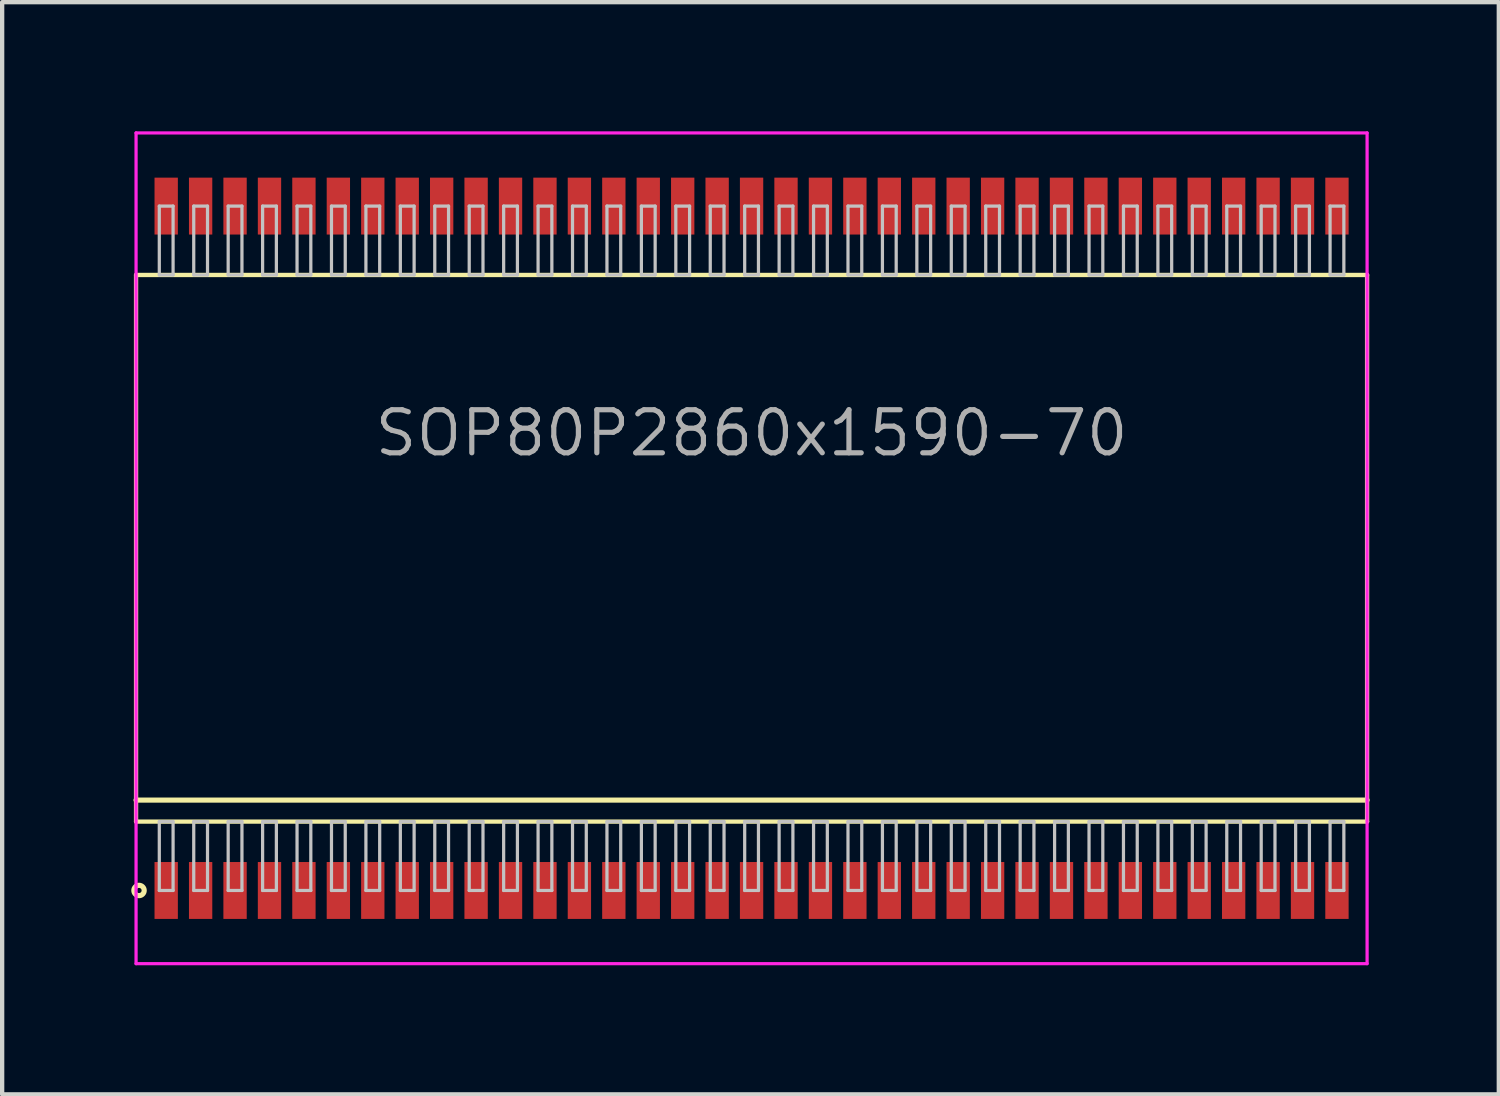
<source format=kicad_pcb>
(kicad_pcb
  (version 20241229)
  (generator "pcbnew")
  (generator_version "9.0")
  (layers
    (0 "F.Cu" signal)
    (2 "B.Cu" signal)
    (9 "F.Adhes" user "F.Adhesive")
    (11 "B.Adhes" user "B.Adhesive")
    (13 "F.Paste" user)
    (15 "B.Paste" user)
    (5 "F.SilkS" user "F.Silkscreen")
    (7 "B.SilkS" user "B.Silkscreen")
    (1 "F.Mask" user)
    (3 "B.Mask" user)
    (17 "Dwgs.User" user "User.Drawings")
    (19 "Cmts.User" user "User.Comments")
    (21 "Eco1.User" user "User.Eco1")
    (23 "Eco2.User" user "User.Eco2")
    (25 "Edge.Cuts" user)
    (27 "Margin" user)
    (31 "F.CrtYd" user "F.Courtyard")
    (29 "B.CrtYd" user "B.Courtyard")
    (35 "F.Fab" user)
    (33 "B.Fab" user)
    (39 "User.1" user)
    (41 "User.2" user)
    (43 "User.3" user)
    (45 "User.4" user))
  (footprint "SOP80P2860x1590-70"
    (layer "F.Cu")
    (at 14.411 9.688)
    (property "Reference" "SOP80P2860x1590-70" (at 0 -2.675 0) (layer "F.Fab") (effects (font (size 1 1) (thickness 0.12))))
    (attr through_hole)
    (fp_line (start -14.3 -6.35) (end -14.3 6.35) (stroke (width 0.1) (type solid)) (layer "F.SilkS"))
    (fp_line (start -14.3 5.85) (end 14.3 5.85) (stroke (width 0.12) (type solid)) (layer "F.SilkS"))
    (fp_line (start -14.3 6.35) (end 14.3 6.35) (stroke (width 0.1) (type solid)) (layer "F.SilkS"))
    (fp_line (start 14.3 -6.35) (end -14.3 -6.35) (stroke (width 0.1) (type solid)) (layer "F.SilkS"))
    (fp_line (start 14.3 6.35) (end 14.3 -6.35) (stroke (width 0.1) (type solid)) (layer "F.SilkS"))
    (fp_circle (center -14.231 7.95) (end -14.111 7.95) (stroke (width 0.12) (type solid)) (fill no) (layer "F.SilkS"))
    (fp_line (start -13.76 -7.95) (end -13.76 -6.35) (stroke (width 0.075) (type solid)) (layer "Dwgs.User"))
    (fp_line (start -13.76 -6.35) (end -13.44 -6.35) (stroke (width 0.075) (type solid)) (layer "Dwgs.User"))
    (fp_line (start -13.76 6.35) (end -13.44 6.35) (stroke (width 0.075) (type solid)) (layer "Dwgs.User"))
    (fp_line (start -13.76 7.95) (end -13.76 6.35) (stroke (width 0.075) (type solid)) (layer "Dwgs.User"))
    (fp_line (start -13.44 -7.95) (end -13.76 -7.95) (stroke (width 0.075) (type solid)) (layer "Dwgs.User"))
    (fp_line (start -13.44 -6.35) (end -13.44 -7.95) (stroke (width 0.075) (type solid)) (layer "Dwgs.User"))
    (fp_line (start -13.44 6.35) (end -13.44 7.95) (stroke (width 0.075) (type solid)) (layer "Dwgs.User"))
    (fp_line (start -13.44 7.95) (end -13.76 7.95) (stroke (width 0.075) (type solid)) (layer "Dwgs.User"))
    (fp_line (start -12.96 -7.95) (end -12.96 -6.35) (stroke (width 0.075) (type solid)) (layer "Dwgs.User"))
    (fp_line (start -12.96 -6.35) (end -12.64 -6.35) (stroke (width 0.075) (type solid)) (layer "Dwgs.User"))
    (fp_line (start -12.96 6.35) (end -12.64 6.35) (stroke (width 0.075) (type solid)) (layer "Dwgs.User"))
    (fp_line (start -12.96 7.95) (end -12.96 6.35) (stroke (width 0.075) (type solid)) (layer "Dwgs.User"))
    (fp_line (start -12.64 -7.95) (end -12.96 -7.95) (stroke (width 0.075) (type solid)) (layer "Dwgs.User"))
    (fp_line (start -12.64 -6.35) (end -12.64 -7.95) (stroke (width 0.075) (type solid)) (layer "Dwgs.User"))
    (fp_line (start -12.64 6.35) (end -12.64 7.95) (stroke (width 0.075) (type solid)) (layer "Dwgs.User"))
    (fp_line (start -12.64 7.95) (end -12.96 7.95) (stroke (width 0.075) (type solid)) (layer "Dwgs.User"))
    (fp_line (start -12.16 -7.95) (end -12.16 -6.35) (stroke (width 0.075) (type solid)) (layer "Dwgs.User"))
    (fp_line (start -12.16 -6.35) (end -11.84 -6.35) (stroke (width 0.075) (type solid)) (layer "Dwgs.User"))
    (fp_line (start -12.16 6.35) (end -11.84 6.35) (stroke (width 0.075) (type solid)) (layer "Dwgs.User"))
    (fp_line (start -12.16 7.95) (end -12.16 6.35) (stroke (width 0.075) (type solid)) (layer "Dwgs.User"))
    (fp_line (start -11.84 -7.95) (end -12.16 -7.95) (stroke (width 0.075) (type solid)) (layer "Dwgs.User"))
    (fp_line (start -11.84 -6.35) (end -11.84 -7.95) (stroke (width 0.075) (type solid)) (layer "Dwgs.User"))
    (fp_line (start -11.84 6.35) (end -11.84 7.95) (stroke (width 0.075) (type solid)) (layer "Dwgs.User"))
    (fp_line (start -11.84 7.95) (end -12.16 7.95) (stroke (width 0.075) (type solid)) (layer "Dwgs.User"))
    (fp_line (start -11.36 -7.95) (end -11.36 -6.35) (stroke (width 0.075) (type solid)) (layer "Dwgs.User"))
    (fp_line (start -11.36 -6.35) (end -11.04 -6.35) (stroke (width 0.075) (type solid)) (layer "Dwgs.User"))
    (fp_line (start -11.36 6.35) (end -11.04 6.35) (stroke (width 0.075) (type solid)) (layer "Dwgs.User"))
    (fp_line (start -11.36 7.95) (end -11.36 6.35) (stroke (width 0.075) (type solid)) (layer "Dwgs.User"))
    (fp_line (start -11.04 -7.95) (end -11.36 -7.95) (stroke (width 0.075) (type solid)) (layer "Dwgs.User"))
    (fp_line (start -11.04 -6.35) (end -11.04 -7.95) (stroke (width 0.075) (type solid)) (layer "Dwgs.User"))
    (fp_line (start -11.04 6.35) (end -11.04 7.95) (stroke (width 0.075) (type solid)) (layer "Dwgs.User"))
    (fp_line (start -11.04 7.95) (end -11.36 7.95) (stroke (width 0.075) (type solid)) (layer "Dwgs.User"))
    (fp_line (start -10.56 -7.95) (end -10.56 -6.35) (stroke (width 0.075) (type solid)) (layer "Dwgs.User"))
    (fp_line (start -10.56 -6.35) (end -10.24 -6.35) (stroke (width 0.075) (type solid)) (layer "Dwgs.User"))
    (fp_line (start -10.56 6.35) (end -10.24 6.35) (stroke (width 0.075) (type solid)) (layer "Dwgs.User"))
    (fp_line (start -10.56 7.95) (end -10.56 6.35) (stroke (width 0.075) (type solid)) (layer "Dwgs.User"))
    (fp_line (start -10.24 -7.95) (end -10.56 -7.95) (stroke (width 0.075) (type solid)) (layer "Dwgs.User"))
    (fp_line (start -10.24 -6.35) (end -10.24 -7.95) (stroke (width 0.075) (type solid)) (layer "Dwgs.User"))
    (fp_line (start -10.24 6.35) (end -10.24 7.95) (stroke (width 0.075) (type solid)) (layer "Dwgs.User"))
    (fp_line (start -10.24 7.95) (end -10.56 7.95) (stroke (width 0.075) (type solid)) (layer "Dwgs.User"))
    (fp_line (start -9.76 -7.95) (end -9.76 -6.35) (stroke (width 0.075) (type solid)) (layer "Dwgs.User"))
    (fp_line (start -9.76 -6.35) (end -9.44 -6.35) (stroke (width 0.075) (type solid)) (layer "Dwgs.User"))
    (fp_line (start -9.76 6.35) (end -9.44 6.35) (stroke (width 0.075) (type solid)) (layer "Dwgs.User"))
    (fp_line (start -9.76 7.95) (end -9.76 6.35) (stroke (width 0.075) (type solid)) (layer "Dwgs.User"))
    (fp_line (start -9.44 -7.95) (end -9.76 -7.95) (stroke (width 0.075) (type solid)) (layer "Dwgs.User"))
    (fp_line (start -9.44 -6.35) (end -9.44 -7.95) (stroke (width 0.075) (type solid)) (layer "Dwgs.User"))
    (fp_line (start -9.44 6.35) (end -9.44 7.95) (stroke (width 0.075) (type solid)) (layer "Dwgs.User"))
    (fp_line (start -9.44 7.95) (end -9.76 7.95) (stroke (width 0.075) (type solid)) (layer "Dwgs.User"))
    (fp_line (start -8.96 -7.95) (end -8.96 -6.35) (stroke (width 0.075) (type solid)) (layer "Dwgs.User"))
    (fp_line (start -8.96 -6.35) (end -8.64 -6.35) (stroke (width 0.075) (type solid)) (layer "Dwgs.User"))
    (fp_line (start -8.96 6.35) (end -8.64 6.35) (stroke (width 0.075) (type solid)) (layer "Dwgs.User"))
    (fp_line (start -8.96 7.95) (end -8.96 6.35) (stroke (width 0.075) (type solid)) (layer "Dwgs.User"))
    (fp_line (start -8.64 -7.95) (end -8.96 -7.95) (stroke (width 0.075) (type solid)) (layer "Dwgs.User"))
    (fp_line (start -8.64 -6.35) (end -8.64 -7.95) (stroke (width 0.075) (type solid)) (layer "Dwgs.User"))
    (fp_line (start -8.64 6.35) (end -8.64 7.95) (stroke (width 0.075) (type solid)) (layer "Dwgs.User"))
    (fp_line (start -8.64 7.95) (end -8.96 7.95) (stroke (width 0.075) (type solid)) (layer "Dwgs.User"))
    (fp_line (start -8.16 -7.95) (end -8.16 -6.35) (stroke (width 0.075) (type solid)) (layer "Dwgs.User"))
    (fp_line (start -8.16 -6.35) (end -7.84 -6.35) (stroke (width 0.075) (type solid)) (layer "Dwgs.User"))
    (fp_line (start -8.16 6.35) (end -7.84 6.35) (stroke (width 0.075) (type solid)) (layer "Dwgs.User"))
    (fp_line (start -8.16 7.95) (end -8.16 6.35) (stroke (width 0.075) (type solid)) (layer "Dwgs.User"))
    (fp_line (start -7.84 -7.95) (end -8.16 -7.95) (stroke (width 0.075) (type solid)) (layer "Dwgs.User"))
    (fp_line (start -7.84 -6.35) (end -7.84 -7.95) (stroke (width 0.075) (type solid)) (layer "Dwgs.User"))
    (fp_line (start -7.84 6.35) (end -7.84 7.95) (stroke (width 0.075) (type solid)) (layer "Dwgs.User"))
    (fp_line (start -7.84 7.95) (end -8.16 7.95) (stroke (width 0.075) (type solid)) (layer "Dwgs.User"))
    (fp_line (start -7.36 -7.95) (end -7.36 -6.35) (stroke (width 0.075) (type solid)) (layer "Dwgs.User"))
    (fp_line (start -7.36 -6.35) (end -7.04 -6.35) (stroke (width 0.075) (type solid)) (layer "Dwgs.User"))
    (fp_line (start -7.36 6.35) (end -7.04 6.35) (stroke (width 0.075) (type solid)) (layer "Dwgs.User"))
    (fp_line (start -7.36 7.95) (end -7.36 6.35) (stroke (width 0.075) (type solid)) (layer "Dwgs.User"))
    (fp_line (start -7.04 -7.95) (end -7.36 -7.95) (stroke (width 0.075) (type solid)) (layer "Dwgs.User"))
    (fp_line (start -7.04 -6.35) (end -7.04 -7.95) (stroke (width 0.075) (type solid)) (layer "Dwgs.User"))
    (fp_line (start -7.04 6.35) (end -7.04 7.95) (stroke (width 0.075) (type solid)) (layer "Dwgs.User"))
    (fp_line (start -7.04 7.95) (end -7.36 7.95) (stroke (width 0.075) (type solid)) (layer "Dwgs.User"))
    (fp_line (start -6.56 -7.95) (end -6.56 -6.35) (stroke (width 0.075) (type solid)) (layer "Dwgs.User"))
    (fp_line (start -6.56 -6.35) (end -6.24 -6.35) (stroke (width 0.075) (type solid)) (layer "Dwgs.User"))
    (fp_line (start -6.56 6.35) (end -6.24 6.35) (stroke (width 0.075) (type solid)) (layer "Dwgs.User"))
    (fp_line (start -6.56 7.95) (end -6.56 6.35) (stroke (width 0.075) (type solid)) (layer "Dwgs.User"))
    (fp_line (start -6.24 -7.95) (end -6.56 -7.95) (stroke (width 0.075) (type solid)) (layer "Dwgs.User"))
    (fp_line (start -6.24 -6.35) (end -6.24 -7.95) (stroke (width 0.075) (type solid)) (layer "Dwgs.User"))
    (fp_line (start -6.24 6.35) (end -6.24 7.95) (stroke (width 0.075) (type solid)) (layer "Dwgs.User"))
    (fp_line (start -6.24 7.95) (end -6.56 7.95) (stroke (width 0.075) (type solid)) (layer "Dwgs.User"))
    (fp_line (start -5.76 -7.95) (end -5.76 -6.35) (stroke (width 0.075) (type solid)) (layer "Dwgs.User"))
    (fp_line (start -5.76 -6.35) (end -5.44 -6.35) (stroke (width 0.075) (type solid)) (layer "Dwgs.User"))
    (fp_line (start -5.76 6.35) (end -5.44 6.35) (stroke (width 0.075) (type solid)) (layer "Dwgs.User"))
    (fp_line (start -5.76 7.95) (end -5.76 6.35) (stroke (width 0.075) (type solid)) (layer "Dwgs.User"))
    (fp_line (start -5.44 -7.95) (end -5.76 -7.95) (stroke (width 0.075) (type solid)) (layer "Dwgs.User"))
    (fp_line (start -5.44 -6.35) (end -5.44 -7.95) (stroke (width 0.075) (type solid)) (layer "Dwgs.User"))
    (fp_line (start -5.44 6.35) (end -5.44 7.95) (stroke (width 0.075) (type solid)) (layer "Dwgs.User"))
    (fp_line (start -5.44 7.95) (end -5.76 7.95) (stroke (width 0.075) (type solid)) (layer "Dwgs.User"))
    (fp_line (start -4.96 -7.95) (end -4.96 -6.35) (stroke (width 0.075) (type solid)) (layer "Dwgs.User"))
    (fp_line (start -4.96 -6.35) (end -4.64 -6.35) (stroke (width 0.075) (type solid)) (layer "Dwgs.User"))
    (fp_line (start -4.96 6.35) (end -4.64 6.35) (stroke (width 0.075) (type solid)) (layer "Dwgs.User"))
    (fp_line (start -4.96 7.95) (end -4.96 6.35) (stroke (width 0.075) (type solid)) (layer "Dwgs.User"))
    (fp_line (start -4.64 -7.95) (end -4.96 -7.95) (stroke (width 0.075) (type solid)) (layer "Dwgs.User"))
    (fp_line (start -4.64 -6.35) (end -4.64 -7.95) (stroke (width 0.075) (type solid)) (layer "Dwgs.User"))
    (fp_line (start -4.64 6.35) (end -4.64 7.95) (stroke (width 0.075) (type solid)) (layer "Dwgs.User"))
    (fp_line (start -4.64 7.95) (end -4.96 7.95) (stroke (width 0.075) (type solid)) (layer "Dwgs.User"))
    (fp_line (start -4.16 -7.95) (end -4.16 -6.35) (stroke (width 0.075) (type solid)) (layer "Dwgs.User"))
    (fp_line (start -4.16 -6.35) (end -3.84 -6.35) (stroke (width 0.075) (type solid)) (layer "Dwgs.User"))
    (fp_line (start -4.16 6.35) (end -3.84 6.35) (stroke (width 0.075) (type solid)) (layer "Dwgs.User"))
    (fp_line (start -4.16 7.95) (end -4.16 6.35) (stroke (width 0.075) (type solid)) (layer "Dwgs.User"))
    (fp_line (start -3.84 -7.95) (end -4.16 -7.95) (stroke (width 0.075) (type solid)) (layer "Dwgs.User"))
    (fp_line (start -3.84 -6.35) (end -3.84 -7.95) (stroke (width 0.075) (type solid)) (layer "Dwgs.User"))
    (fp_line (start -3.84 6.35) (end -3.84 7.95) (stroke (width 0.075) (type solid)) (layer "Dwgs.User"))
    (fp_line (start -3.84 7.95) (end -4.16 7.95) (stroke (width 0.075) (type solid)) (layer "Dwgs.User"))
    (fp_line (start -3.36 -7.95) (end -3.36 -6.35) (stroke (width 0.075) (type solid)) (layer "Dwgs.User"))
    (fp_line (start -3.36 -6.35) (end -3.04 -6.35) (stroke (width 0.075) (type solid)) (layer "Dwgs.User"))
    (fp_line (start -3.36 6.35) (end -3.04 6.35) (stroke (width 0.075) (type solid)) (layer "Dwgs.User"))
    (fp_line (start -3.36 7.95) (end -3.36 6.35) (stroke (width 0.075) (type solid)) (layer "Dwgs.User"))
    (fp_line (start -3.04 -7.95) (end -3.36 -7.95) (stroke (width 0.075) (type solid)) (layer "Dwgs.User"))
    (fp_line (start -3.04 -6.35) (end -3.04 -7.95) (stroke (width 0.075) (type solid)) (layer "Dwgs.User"))
    (fp_line (start -3.04 6.35) (end -3.04 7.95) (stroke (width 0.075) (type solid)) (layer "Dwgs.User"))
    (fp_line (start -3.04 7.95) (end -3.36 7.95) (stroke (width 0.075) (type solid)) (layer "Dwgs.User"))
    (fp_line (start -2.56 -7.95) (end -2.56 -6.35) (stroke (width 0.075) (type solid)) (layer "Dwgs.User"))
    (fp_line (start -2.56 -6.35) (end -2.24 -6.35) (stroke (width 0.075) (type solid)) (layer "Dwgs.User"))
    (fp_line (start -2.56 6.35) (end -2.24 6.35) (stroke (width 0.075) (type solid)) (layer "Dwgs.User"))
    (fp_line (start -2.56 7.95) (end -2.56 6.35) (stroke (width 0.075) (type solid)) (layer "Dwgs.User"))
    (fp_line (start -2.24 -7.95) (end -2.56 -7.95) (stroke (width 0.075) (type solid)) (layer "Dwgs.User"))
    (fp_line (start -2.24 -6.35) (end -2.24 -7.95) (stroke (width 0.075) (type solid)) (layer "Dwgs.User"))
    (fp_line (start -2.24 6.35) (end -2.24 7.95) (stroke (width 0.075) (type solid)) (layer "Dwgs.User"))
    (fp_line (start -2.24 7.95) (end -2.56 7.95) (stroke (width 0.075) (type solid)) (layer "Dwgs.User"))
    (fp_line (start -1.76 -7.95) (end -1.76 -6.35) (stroke (width 0.075) (type solid)) (layer "Dwgs.User"))
    (fp_line (start -1.76 -6.35) (end -1.44 -6.35) (stroke (width 0.075) (type solid)) (layer "Dwgs.User"))
    (fp_line (start -1.76 6.35) (end -1.44 6.35) (stroke (width 0.075) (type solid)) (layer "Dwgs.User"))
    (fp_line (start -1.76 7.95) (end -1.76 6.35) (stroke (width 0.075) (type solid)) (layer "Dwgs.User"))
    (fp_line (start -1.44 -7.95) (end -1.76 -7.95) (stroke (width 0.075) (type solid)) (layer "Dwgs.User"))
    (fp_line (start -1.44 -6.35) (end -1.44 -7.95) (stroke (width 0.075) (type solid)) (layer "Dwgs.User"))
    (fp_line (start -1.44 6.35) (end -1.44 7.95) (stroke (width 0.075) (type solid)) (layer "Dwgs.User"))
    (fp_line (start -1.44 7.95) (end -1.76 7.95) (stroke (width 0.075) (type solid)) (layer "Dwgs.User"))
    (fp_line (start -0.96 -7.95) (end -0.96 -6.35) (stroke (width 0.075) (type solid)) (layer "Dwgs.User"))
    (fp_line (start -0.96 -6.35) (end -0.64 -6.35) (stroke (width 0.075) (type solid)) (layer "Dwgs.User"))
    (fp_line (start -0.96 6.35) (end -0.64 6.35) (stroke (width 0.075) (type solid)) (layer "Dwgs.User"))
    (fp_line (start -0.96 7.95) (end -0.96 6.35) (stroke (width 0.075) (type solid)) (layer "Dwgs.User"))
    (fp_line (start -0.64 -7.95) (end -0.96 -7.95) (stroke (width 0.075) (type solid)) (layer "Dwgs.User"))
    (fp_line (start -0.64 -6.35) (end -0.64 -7.95) (stroke (width 0.075) (type solid)) (layer "Dwgs.User"))
    (fp_line (start -0.64 6.35) (end -0.64 7.95) (stroke (width 0.075) (type solid)) (layer "Dwgs.User"))
    (fp_line (start -0.64 7.95) (end -0.96 7.95) (stroke (width 0.075) (type solid)) (layer "Dwgs.User"))
    (fp_line (start -0.16 -7.95) (end -0.16 -6.35) (stroke (width 0.075) (type solid)) (layer "Dwgs.User"))
    (fp_line (start -0.16 -6.35) (end 0.16 -6.35) (stroke (width 0.075) (type solid)) (layer "Dwgs.User"))
    (fp_line (start -0.16 6.35) (end 0.16 6.35) (stroke (width 0.075) (type solid)) (layer "Dwgs.User"))
    (fp_line (start -0.16 7.95) (end -0.16 6.35) (stroke (width 0.075) (type solid)) (layer "Dwgs.User"))
    (fp_line (start 0.16 -7.95) (end -0.16 -7.95) (stroke (width 0.075) (type solid)) (layer "Dwgs.User"))
    (fp_line (start 0.16 -6.35) (end 0.16 -7.95) (stroke (width 0.075) (type solid)) (layer "Dwgs.User"))
    (fp_line (start 0.16 6.35) (end 0.16 7.95) (stroke (width 0.075) (type solid)) (layer "Dwgs.User"))
    (fp_line (start 0.16 7.95) (end -0.16 7.95) (stroke (width 0.075) (type solid)) (layer "Dwgs.User"))
    (fp_line (start 0.64 -7.95) (end 0.64 -6.35) (stroke (width 0.075) (type solid)) (layer "Dwgs.User"))
    (fp_line (start 0.64 -6.35) (end 0.96 -6.35) (stroke (width 0.075) (type solid)) (layer "Dwgs.User"))
    (fp_line (start 0.64 6.35) (end 0.96 6.35) (stroke (width 0.075) (type solid)) (layer "Dwgs.User"))
    (fp_line (start 0.64 7.95) (end 0.64 6.35) (stroke (width 0.075) (type solid)) (layer "Dwgs.User"))
    (fp_line (start 0.96 -7.95) (end 0.64 -7.95) (stroke (width 0.075) (type solid)) (layer "Dwgs.User"))
    (fp_line (start 0.96 -6.35) (end 0.96 -7.95) (stroke (width 0.075) (type solid)) (layer "Dwgs.User"))
    (fp_line (start 0.96 6.35) (end 0.96 7.95) (stroke (width 0.075) (type solid)) (layer "Dwgs.User"))
    (fp_line (start 0.96 7.95) (end 0.64 7.95) (stroke (width 0.075) (type solid)) (layer "Dwgs.User"))
    (fp_line (start 1.44 -7.95) (end 1.44 -6.35) (stroke (width 0.075) (type solid)) (layer "Dwgs.User"))
    (fp_line (start 1.44 -6.35) (end 1.76 -6.35) (stroke (width 0.075) (type solid)) (layer "Dwgs.User"))
    (fp_line (start 1.44 6.35) (end 1.76 6.35) (stroke (width 0.075) (type solid)) (layer "Dwgs.User"))
    (fp_line (start 1.44 7.95) (end 1.44 6.35) (stroke (width 0.075) (type solid)) (layer "Dwgs.User"))
    (fp_line (start 1.76 -7.95) (end 1.44 -7.95) (stroke (width 0.075) (type solid)) (layer "Dwgs.User"))
    (fp_line (start 1.76 -6.35) (end 1.76 -7.95) (stroke (width 0.075) (type solid)) (layer "Dwgs.User"))
    (fp_line (start 1.76 6.35) (end 1.76 7.95) (stroke (width 0.075) (type solid)) (layer "Dwgs.User"))
    (fp_line (start 1.76 7.95) (end 1.44 7.95) (stroke (width 0.075) (type solid)) (layer "Dwgs.User"))
    (fp_line (start 2.24 -7.95) (end 2.24 -6.35) (stroke (width 0.075) (type solid)) (layer "Dwgs.User"))
    (fp_line (start 2.24 -6.35) (end 2.56 -6.35) (stroke (width 0.075) (type solid)) (layer "Dwgs.User"))
    (fp_line (start 2.24 6.35) (end 2.56 6.35) (stroke (width 0.075) (type solid)) (layer "Dwgs.User"))
    (fp_line (start 2.24 7.95) (end 2.24 6.35) (stroke (width 0.075) (type solid)) (layer "Dwgs.User"))
    (fp_line (start 2.56 -7.95) (end 2.24 -7.95) (stroke (width 0.075) (type solid)) (layer "Dwgs.User"))
    (fp_line (start 2.56 -6.35) (end 2.56 -7.95) (stroke (width 0.075) (type solid)) (layer "Dwgs.User"))
    (fp_line (start 2.56 6.35) (end 2.56 7.95) (stroke (width 0.075) (type solid)) (layer "Dwgs.User"))
    (fp_line (start 2.56 7.95) (end 2.24 7.95) (stroke (width 0.075) (type solid)) (layer "Dwgs.User"))
    (fp_line (start 3.04 -7.95) (end 3.04 -6.35) (stroke (width 0.075) (type solid)) (layer "Dwgs.User"))
    (fp_line (start 3.04 -6.35) (end 3.36 -6.35) (stroke (width 0.075) (type solid)) (layer "Dwgs.User"))
    (fp_line (start 3.04 6.35) (end 3.36 6.35) (stroke (width 0.075) (type solid)) (layer "Dwgs.User"))
    (fp_line (start 3.04 7.95) (end 3.04 6.35) (stroke (width 0.075) (type solid)) (layer "Dwgs.User"))
    (fp_line (start 3.36 -7.95) (end 3.04 -7.95) (stroke (width 0.075) (type solid)) (layer "Dwgs.User"))
    (fp_line (start 3.36 -6.35) (end 3.36 -7.95) (stroke (width 0.075) (type solid)) (layer "Dwgs.User"))
    (fp_line (start 3.36 6.35) (end 3.36 7.95) (stroke (width 0.075) (type solid)) (layer "Dwgs.User"))
    (fp_line (start 3.36 7.95) (end 3.04 7.95) (stroke (width 0.075) (type solid)) (layer "Dwgs.User"))
    (fp_line (start 3.84 -7.95) (end 3.84 -6.35) (stroke (width 0.075) (type solid)) (layer "Dwgs.User"))
    (fp_line (start 3.84 -6.35) (end 4.16 -6.35) (stroke (width 0.075) (type solid)) (layer "Dwgs.User"))
    (fp_line (start 3.84 6.35) (end 4.16 6.35) (stroke (width 0.075) (type solid)) (layer "Dwgs.User"))
    (fp_line (start 3.84 7.95) (end 3.84 6.35) (stroke (width 0.075) (type solid)) (layer "Dwgs.User"))
    (fp_line (start 4.16 -7.95) (end 3.84 -7.95) (stroke (width 0.075) (type solid)) (layer "Dwgs.User"))
    (fp_line (start 4.16 -6.35) (end 4.16 -7.95) (stroke (width 0.075) (type solid)) (layer "Dwgs.User"))
    (fp_line (start 4.16 6.35) (end 4.16 7.95) (stroke (width 0.075) (type solid)) (layer "Dwgs.User"))
    (fp_line (start 4.16 7.95) (end 3.84 7.95) (stroke (width 0.075) (type solid)) (layer "Dwgs.User"))
    (fp_line (start 4.64 -7.95) (end 4.64 -6.35) (stroke (width 0.075) (type solid)) (layer "Dwgs.User"))
    (fp_line (start 4.64 -6.35) (end 4.96 -6.35) (stroke (width 0.075) (type solid)) (layer "Dwgs.User"))
    (fp_line (start 4.64 6.35) (end 4.96 6.35) (stroke (width 0.075) (type solid)) (layer "Dwgs.User"))
    (fp_line (start 4.64 7.95) (end 4.64 6.35) (stroke (width 0.075) (type solid)) (layer "Dwgs.User"))
    (fp_line (start 4.96 -7.95) (end 4.64 -7.95) (stroke (width 0.075) (type solid)) (layer "Dwgs.User"))
    (fp_line (start 4.96 -6.35) (end 4.96 -7.95) (stroke (width 0.075) (type solid)) (layer "Dwgs.User"))
    (fp_line (start 4.96 6.35) (end 4.96 7.95) (stroke (width 0.075) (type solid)) (layer "Dwgs.User"))
    (fp_line (start 4.96 7.95) (end 4.64 7.95) (stroke (width 0.075) (type solid)) (layer "Dwgs.User"))
    (fp_line (start 5.44 -7.95) (end 5.44 -6.35) (stroke (width 0.075) (type solid)) (layer "Dwgs.User"))
    (fp_line (start 5.44 -6.35) (end 5.76 -6.35) (stroke (width 0.075) (type solid)) (layer "Dwgs.User"))
    (fp_line (start 5.44 6.35) (end 5.76 6.35) (stroke (width 0.075) (type solid)) (layer "Dwgs.User"))
    (fp_line (start 5.44 7.95) (end 5.44 6.35) (stroke (width 0.075) (type solid)) (layer "Dwgs.User"))
    (fp_line (start 5.76 -7.95) (end 5.44 -7.95) (stroke (width 0.075) (type solid)) (layer "Dwgs.User"))
    (fp_line (start 5.76 -6.35) (end 5.76 -7.95) (stroke (width 0.075) (type solid)) (layer "Dwgs.User"))
    (fp_line (start 5.76 6.35) (end 5.76 7.95) (stroke (width 0.075) (type solid)) (layer "Dwgs.User"))
    (fp_line (start 5.76 7.95) (end 5.44 7.95) (stroke (width 0.075) (type solid)) (layer "Dwgs.User"))
    (fp_line (start 6.24 -7.95) (end 6.24 -6.35) (stroke (width 0.075) (type solid)) (layer "Dwgs.User"))
    (fp_line (start 6.24 -6.35) (end 6.56 -6.35) (stroke (width 0.075) (type solid)) (layer "Dwgs.User"))
    (fp_line (start 6.24 6.35) (end 6.56 6.35) (stroke (width 0.075) (type solid)) (layer "Dwgs.User"))
    (fp_line (start 6.24 7.95) (end 6.24 6.35) (stroke (width 0.075) (type solid)) (layer "Dwgs.User"))
    (fp_line (start 6.56 -7.95) (end 6.24 -7.95) (stroke (width 0.075) (type solid)) (layer "Dwgs.User"))
    (fp_line (start 6.56 -6.35) (end 6.56 -7.95) (stroke (width 0.075) (type solid)) (layer "Dwgs.User"))
    (fp_line (start 6.56 6.35) (end 6.56 7.95) (stroke (width 0.075) (type solid)) (layer "Dwgs.User"))
    (fp_line (start 6.56 7.95) (end 6.24 7.95) (stroke (width 0.075) (type solid)) (layer "Dwgs.User"))
    (fp_line (start 7.04 -7.95) (end 7.04 -6.35) (stroke (width 0.075) (type solid)) (layer "Dwgs.User"))
    (fp_line (start 7.04 -6.35) (end 7.36 -6.35) (stroke (width 0.075) (type solid)) (layer "Dwgs.User"))
    (fp_line (start 7.04 6.35) (end 7.36 6.35) (stroke (width 0.075) (type solid)) (layer "Dwgs.User"))
    (fp_line (start 7.04 7.95) (end 7.04 6.35) (stroke (width 0.075) (type solid)) (layer "Dwgs.User"))
    (fp_line (start 7.36 -7.95) (end 7.04 -7.95) (stroke (width 0.075) (type solid)) (layer "Dwgs.User"))
    (fp_line (start 7.36 -6.35) (end 7.36 -7.95) (stroke (width 0.075) (type solid)) (layer "Dwgs.User"))
    (fp_line (start 7.36 6.35) (end 7.36 7.95) (stroke (width 0.075) (type solid)) (layer "Dwgs.User"))
    (fp_line (start 7.36 7.95) (end 7.04 7.95) (stroke (width 0.075) (type solid)) (layer "Dwgs.User"))
    (fp_line (start 7.84 -7.95) (end 7.84 -6.35) (stroke (width 0.075) (type solid)) (layer "Dwgs.User"))
    (fp_line (start 7.84 -6.35) (end 8.16 -6.35) (stroke (width 0.075) (type solid)) (layer "Dwgs.User"))
    (fp_line (start 7.84 6.35) (end 8.16 6.35) (stroke (width 0.075) (type solid)) (layer "Dwgs.User"))
    (fp_line (start 7.84 7.95) (end 7.84 6.35) (stroke (width 0.075) (type solid)) (layer "Dwgs.User"))
    (fp_line (start 8.16 -7.95) (end 7.84 -7.95) (stroke (width 0.075) (type solid)) (layer "Dwgs.User"))
    (fp_line (start 8.16 -6.35) (end 8.16 -7.95) (stroke (width 0.075) (type solid)) (layer "Dwgs.User"))
    (fp_line (start 8.16 6.35) (end 8.16 7.95) (stroke (width 0.075) (type solid)) (layer "Dwgs.User"))
    (fp_line (start 8.16 7.95) (end 7.84 7.95) (stroke (width 0.075) (type solid)) (layer "Dwgs.User"))
    (fp_line (start 8.64 -7.95) (end 8.64 -6.35) (stroke (width 0.075) (type solid)) (layer "Dwgs.User"))
    (fp_line (start 8.64 -6.35) (end 8.96 -6.35) (stroke (width 0.075) (type solid)) (layer "Dwgs.User"))
    (fp_line (start 8.64 6.35) (end 8.96 6.35) (stroke (width 0.075) (type solid)) (layer "Dwgs.User"))
    (fp_line (start 8.64 7.95) (end 8.64 6.35) (stroke (width 0.075) (type solid)) (layer "Dwgs.User"))
    (fp_line (start 8.96 -7.95) (end 8.64 -7.95) (stroke (width 0.075) (type solid)) (layer "Dwgs.User"))
    (fp_line (start 8.96 -6.35) (end 8.96 -7.95) (stroke (width 0.075) (type solid)) (layer "Dwgs.User"))
    (fp_line (start 8.96 6.35) (end 8.96 7.95) (stroke (width 0.075) (type solid)) (layer "Dwgs.User"))
    (fp_line (start 8.96 7.95) (end 8.64 7.95) (stroke (width 0.075) (type solid)) (layer "Dwgs.User"))
    (fp_line (start 9.44 -7.95) (end 9.44 -6.35) (stroke (width 0.075) (type solid)) (layer "Dwgs.User"))
    (fp_line (start 9.44 -6.35) (end 9.76 -6.35) (stroke (width 0.075) (type solid)) (layer "Dwgs.User"))
    (fp_line (start 9.44 6.35) (end 9.76 6.35) (stroke (width 0.075) (type solid)) (layer "Dwgs.User"))
    (fp_line (start 9.44 7.95) (end 9.44 6.35) (stroke (width 0.075) (type solid)) (layer "Dwgs.User"))
    (fp_line (start 9.76 -7.95) (end 9.44 -7.95) (stroke (width 0.075) (type solid)) (layer "Dwgs.User"))
    (fp_line (start 9.76 -6.35) (end 9.76 -7.95) (stroke (width 0.075) (type solid)) (layer "Dwgs.User"))
    (fp_line (start 9.76 6.35) (end 9.76 7.95) (stroke (width 0.075) (type solid)) (layer "Dwgs.User"))
    (fp_line (start 9.76 7.95) (end 9.44 7.95) (stroke (width 0.075) (type solid)) (layer "Dwgs.User"))
    (fp_line (start 10.24 -7.95) (end 10.24 -6.35) (stroke (width 0.075) (type solid)) (layer "Dwgs.User"))
    (fp_line (start 10.24 -6.35) (end 10.56 -6.35) (stroke (width 0.075) (type solid)) (layer "Dwgs.User"))
    (fp_line (start 10.24 6.35) (end 10.56 6.35) (stroke (width 0.075) (type solid)) (layer "Dwgs.User"))
    (fp_line (start 10.24 7.95) (end 10.24 6.35) (stroke (width 0.075) (type solid)) (layer "Dwgs.User"))
    (fp_line (start 10.56 -7.95) (end 10.24 -7.95) (stroke (width 0.075) (type solid)) (layer "Dwgs.User"))
    (fp_line (start 10.56 -6.35) (end 10.56 -7.95) (stroke (width 0.075) (type solid)) (layer "Dwgs.User"))
    (fp_line (start 10.56 6.35) (end 10.56 7.95) (stroke (width 0.075) (type solid)) (layer "Dwgs.User"))
    (fp_line (start 10.56 7.95) (end 10.24 7.95) (stroke (width 0.075) (type solid)) (layer "Dwgs.User"))
    (fp_line (start 11.04 -7.95) (end 11.04 -6.35) (stroke (width 0.075) (type solid)) (layer "Dwgs.User"))
    (fp_line (start 11.04 -6.35) (end 11.36 -6.35) (stroke (width 0.075) (type solid)) (layer "Dwgs.User"))
    (fp_line (start 11.04 6.35) (end 11.36 6.35) (stroke (width 0.075) (type solid)) (layer "Dwgs.User"))
    (fp_line (start 11.04 7.95) (end 11.04 6.35) (stroke (width 0.075) (type solid)) (layer "Dwgs.User"))
    (fp_line (start 11.36 -7.95) (end 11.04 -7.95) (stroke (width 0.075) (type solid)) (layer "Dwgs.User"))
    (fp_line (start 11.36 -6.35) (end 11.36 -7.95) (stroke (width 0.075) (type solid)) (layer "Dwgs.User"))
    (fp_line (start 11.36 6.35) (end 11.36 7.95) (stroke (width 0.075) (type solid)) (layer "Dwgs.User"))
    (fp_line (start 11.36 7.95) (end 11.04 7.95) (stroke (width 0.075) (type solid)) (layer "Dwgs.User"))
    (fp_line (start 11.84 -7.95) (end 11.84 -6.35) (stroke (width 0.075) (type solid)) (layer "Dwgs.User"))
    (fp_line (start 11.84 -6.35) (end 12.16 -6.35) (stroke (width 0.075) (type solid)) (layer "Dwgs.User"))
    (fp_line (start 11.84 6.35) (end 12.16 6.35) (stroke (width 0.075) (type solid)) (layer "Dwgs.User"))
    (fp_line (start 11.84 7.95) (end 11.84 6.35) (stroke (width 0.075) (type solid)) (layer "Dwgs.User"))
    (fp_line (start 12.16 -7.95) (end 11.84 -7.95) (stroke (width 0.075) (type solid)) (layer "Dwgs.User"))
    (fp_line (start 12.16 -6.35) (end 12.16 -7.95) (stroke (width 0.075) (type solid)) (layer "Dwgs.User"))
    (fp_line (start 12.16 6.35) (end 12.16 7.95) (stroke (width 0.075) (type solid)) (layer "Dwgs.User"))
    (fp_line (start 12.16 7.95) (end 11.84 7.95) (stroke (width 0.075) (type solid)) (layer "Dwgs.User"))
    (fp_line (start 12.64 -7.95) (end 12.64 -6.35) (stroke (width 0.075) (type solid)) (layer "Dwgs.User"))
    (fp_line (start 12.64 -6.35) (end 12.96 -6.35) (stroke (width 0.075) (type solid)) (layer "Dwgs.User"))
    (fp_line (start 12.64 6.35) (end 12.96 6.35) (stroke (width 0.075) (type solid)) (layer "Dwgs.User"))
    (fp_line (start 12.64 7.95) (end 12.64 6.35) (stroke (width 0.075) (type solid)) (layer "Dwgs.User"))
    (fp_line (start 12.96 -7.95) (end 12.64 -7.95) (stroke (width 0.075) (type solid)) (layer "Dwgs.User"))
    (fp_line (start 12.96 -6.35) (end 12.96 -7.95) (stroke (width 0.075) (type solid)) (layer "Dwgs.User"))
    (fp_line (start 12.96 6.35) (end 12.96 7.95) (stroke (width 0.075) (type solid)) (layer "Dwgs.User"))
    (fp_line (start 12.96 7.95) (end 12.64 7.95) (stroke (width 0.075) (type solid)) (layer "Dwgs.User"))
    (fp_line (start 13.44 -7.95) (end 13.44 -6.35) (stroke (width 0.075) (type solid)) (layer "Dwgs.User"))
    (fp_line (start 13.44 -6.35) (end 13.76 -6.35) (stroke (width 0.075) (type solid)) (layer "Dwgs.User"))
    (fp_line (start 13.44 6.35) (end 13.76 6.35) (stroke (width 0.075) (type solid)) (layer "Dwgs.User"))
    (fp_line (start 13.44 7.95) (end 13.44 6.35) (stroke (width 0.075) (type solid)) (layer "Dwgs.User"))
    (fp_line (start 13.76 -7.95) (end 13.44 -7.95) (stroke (width 0.075) (type solid)) (layer "Dwgs.User"))
    (fp_line (start 13.76 -6.35) (end 13.76 -7.95) (stroke (width 0.075) (type solid)) (layer "Dwgs.User"))
    (fp_line (start 13.76 6.35) (end 13.76 7.95) (stroke (width 0.075) (type solid)) (layer "Dwgs.User"))
    (fp_line (start 13.76 7.95) (end 13.44 7.95) (stroke (width 0.075) (type solid)) (layer "Dwgs.User"))
    (fp_line (start -0.75 0) (end 0.75 0) (stroke (width 0.12) (type solid)) (layer "Eco1.User"))
    (fp_line (start 0 -0.75) (end 0 0.75) (stroke (width 0.12) (type solid)) (layer "Eco1.User"))
    (fp_circle (center 0 0) (end 0.5 0) (stroke (width 0.12) (type solid)) (fill no) (layer "Eco1.User"))
    (fp_line (start -14.3 -9.65) (end -14.3 9.65) (stroke (width 0.075) (type solid)) (layer "F.CrtYd"))
    (fp_line (start -14.3 9.65) (end 14.3 9.65) (stroke (width 0.075) (type solid)) (layer "F.CrtYd"))
    (fp_line (start 14.3 -9.65) (end -14.3 -9.65) (stroke (width 0.075) (type solid)) (layer "F.CrtYd"))
    (fp_line (start 14.3 9.65) (end 14.3 -9.65) (stroke (width 0.075) (type solid)) (layer "F.CrtYd"))
    (pad "1" smd rect (at -13.6 7.95) (size 0.542 1.322) (layers "F.Cu" "F.Mask" "F.Paste"))
    (pad "2" smd rect (at -12.8 7.95) (size 0.542 1.322) (layers "F.Cu" "F.Mask" "F.Paste"))
    (pad "3" smd rect (at -12 7.95) (size 0.542 1.322) (layers "F.Cu" "F.Mask" "F.Paste"))
    (pad "4" smd rect (at -11.2 7.95) (size 0.542 1.322) (layers "F.Cu" "F.Mask" "F.Paste"))
    (pad "5" smd rect (at -10.4 7.95) (size 0.542 1.322) (layers "F.Cu" "F.Mask" "F.Paste"))
    (pad "6" smd rect (at -9.6 7.95) (size 0.542 1.322) (layers "F.Cu" "F.Mask" "F.Paste"))
    (pad "7" smd rect (at -8.8 7.95) (size 0.542 1.322) (layers "F.Cu" "F.Mask" "F.Paste"))
    (pad "8" smd rect (at -8 7.95) (size 0.542 1.322) (layers "F.Cu" "F.Mask" "F.Paste"))
    (pad "9" smd rect (at -7.2 7.95) (size 0.542 1.322) (layers "F.Cu" "F.Mask" "F.Paste"))
    (pad "10" smd rect (at -6.4 7.95) (size 0.542 1.322) (layers "F.Cu" "F.Mask" "F.Paste"))
    (pad "11" smd rect (at -5.6 7.95) (size 0.542 1.322) (layers "F.Cu" "F.Mask" "F.Paste"))
    (pad "12" smd rect (at -4.8 7.95) (size 0.542 1.322) (layers "F.Cu" "F.Mask" "F.Paste"))
    (pad "13" smd rect (at -4 7.95) (size 0.542 1.322) (layers "F.Cu" "F.Mask" "F.Paste"))
    (pad "14" smd rect (at -3.2 7.95) (size 0.542 1.322) (layers "F.Cu" "F.Mask" "F.Paste"))
    (pad "15" smd rect (at -2.4 7.95) (size 0.542 1.322) (layers "F.Cu" "F.Mask" "F.Paste"))
    (pad "16" smd rect (at -1.6 7.95) (size 0.542 1.322) (layers "F.Cu" "F.Mask" "F.Paste"))
    (pad "17" smd rect (at -0.8 7.95) (size 0.542 1.322) (layers "F.Cu" "F.Mask" "F.Paste"))
    (pad "18" smd rect (at 0 7.95) (size 0.542 1.322) (layers "F.Cu" "F.Mask" "F.Paste"))
    (pad "19" smd rect (at 0.8 7.95) (size 0.542 1.322) (layers "F.Cu" "F.Mask" "F.Paste"))
    (pad "20" smd rect (at 1.6 7.95) (size 0.542 1.322) (layers "F.Cu" "F.Mask" "F.Paste"))
    (pad "21" smd rect (at 2.4 7.95) (size 0.542 1.322) (layers "F.Cu" "F.Mask" "F.Paste"))
    (pad "22" smd rect (at 3.2 7.95) (size 0.542 1.322) (layers "F.Cu" "F.Mask" "F.Paste"))
    (pad "23" smd rect (at 4 7.95) (size 0.542 1.322) (layers "F.Cu" "F.Mask" "F.Paste"))
    (pad "24" smd rect (at 4.8 7.95) (size 0.542 1.322) (layers "F.Cu" "F.Mask" "F.Paste"))
    (pad "25" smd rect (at 5.6 7.95) (size 0.542 1.322) (layers "F.Cu" "F.Mask" "F.Paste"))
    (pad "26" smd rect (at 6.4 7.95) (size 0.542 1.322) (layers "F.Cu" "F.Mask" "F.Paste"))
    (pad "27" smd rect (at 7.2 7.95) (size 0.542 1.322) (layers "F.Cu" "F.Mask" "F.Paste"))
    (pad "28" smd rect (at 8 7.95) (size 0.542 1.322) (layers "F.Cu" "F.Mask" "F.Paste"))
    (pad "29" smd rect (at 8.8 7.95) (size 0.542 1.322) (layers "F.Cu" "F.Mask" "F.Paste"))
    (pad "30" smd rect (at 9.6 7.95) (size 0.542 1.322) (layers "F.Cu" "F.Mask" "F.Paste"))
    (pad "31" smd rect (at 10.4 7.95) (size 0.542 1.322) (layers "F.Cu" "F.Mask" "F.Paste"))
    (pad "32" smd rect (at 11.2 7.95) (size 0.542 1.322) (layers "F.Cu" "F.Mask" "F.Paste"))
    (pad "33" smd rect (at 12 7.95) (size 0.542 1.322) (layers "F.Cu" "F.Mask" "F.Paste"))
    (pad "34" smd rect (at 12.8 7.95) (size 0.542 1.322) (layers "F.Cu" "F.Mask" "F.Paste"))
    (pad "35" smd rect (at 13.6 7.95) (size 0.542 1.322) (layers "F.Cu" "F.Mask" "F.Paste"))
    (pad "36" smd rect (at 13.6 -7.95) (size 0.542 1.322) (layers "F.Cu" "F.Mask" "F.Paste"))
    (pad "37" smd rect (at 12.8 -7.95) (size 0.542 1.322) (layers "F.Cu" "F.Mask" "F.Paste"))
    (pad "38" smd rect (at 12 -7.95) (size 0.542 1.322) (layers "F.Cu" "F.Mask" "F.Paste"))
    (pad "39" smd rect (at 11.2 -7.95) (size 0.542 1.322) (layers "F.Cu" "F.Mask" "F.Paste"))
    (pad "40" smd rect (at 10.4 -7.95) (size 0.542 1.322) (layers "F.Cu" "F.Mask" "F.Paste"))
    (pad "41" smd rect (at 9.6 -7.95) (size 0.542 1.322) (layers "F.Cu" "F.Mask" "F.Paste"))
    (pad "42" smd rect (at 8.8 -7.95) (size 0.542 1.322) (layers "F.Cu" "F.Mask" "F.Paste"))
    (pad "43" smd rect (at 8 -7.95) (size 0.542 1.322) (layers "F.Cu" "F.Mask" "F.Paste"))
    (pad "44" smd rect (at 7.2 -7.95) (size 0.542 1.322) (layers "F.Cu" "F.Mask" "F.Paste"))
    (pad "45" smd rect (at 6.4 -7.95) (size 0.542 1.322) (layers "F.Cu" "F.Mask" "F.Paste"))
    (pad "46" smd rect (at 5.6 -7.95) (size 0.542 1.322) (layers "F.Cu" "F.Mask" "F.Paste"))
    (pad "47" smd rect (at 4.8 -7.95) (size 0.542 1.322) (layers "F.Cu" "F.Mask" "F.Paste"))
    (pad "48" smd rect (at 4 -7.95) (size 0.542 1.322) (layers "F.Cu" "F.Mask" "F.Paste"))
    (pad "49" smd rect (at 3.2 -7.95) (size 0.542 1.322) (layers "F.Cu" "F.Mask" "F.Paste"))
    (pad "50" smd rect (at 2.4 -7.95) (size 0.542 1.322) (layers "F.Cu" "F.Mask" "F.Paste"))
    (pad "51" smd rect (at 1.6 -7.95) (size 0.542 1.322) (layers "F.Cu" "F.Mask" "F.Paste"))
    (pad "52" smd rect (at 0.8 -7.95) (size 0.542 1.322) (layers "F.Cu" "F.Mask" "F.Paste"))
    (pad "53" smd rect (at 0 -7.95) (size 0.542 1.322) (layers "F.Cu" "F.Mask" "F.Paste"))
    (pad "54" smd rect (at -0.8 -7.95) (size 0.542 1.322) (layers "F.Cu" "F.Mask" "F.Paste"))
    (pad "55" smd rect (at -1.6 -7.95) (size 0.542 1.322) (layers "F.Cu" "F.Mask" "F.Paste"))
    (pad "56" smd rect (at -2.4 -7.95) (size 0.542 1.322) (layers "F.Cu" "F.Mask" "F.Paste"))
    (pad "57" smd rect (at -3.2 -7.95) (size 0.542 1.322) (layers "F.Cu" "F.Mask" "F.Paste"))
    (pad "58" smd rect (at -4 -7.95) (size 0.542 1.322) (layers "F.Cu" "F.Mask" "F.Paste"))
    (pad "59" smd rect (at -4.8 -7.95) (size 0.542 1.322) (layers "F.Cu" "F.Mask" "F.Paste"))
    (pad "60" smd rect (at -5.6 -7.95) (size 0.542 1.322) (layers "F.Cu" "F.Mask" "F.Paste"))
    (pad "61" smd rect (at -6.4 -7.95) (size 0.542 1.322) (layers "F.Cu" "F.Mask" "F.Paste"))
    (pad "62" smd rect (at -7.2 -7.95) (size 0.542 1.322) (layers "F.Cu" "F.Mask" "F.Paste"))
    (pad "63" smd rect (at -8 -7.95) (size 0.542 1.322) (layers "F.Cu" "F.Mask" "F.Paste"))
    (pad "64" smd rect (at -8.8 -7.95) (size 0.542 1.322) (layers "F.Cu" "F.Mask" "F.Paste"))
    (pad "65" smd rect (at -9.6 -7.95) (size 0.542 1.322) (layers "F.Cu" "F.Mask" "F.Paste"))
    (pad "66" smd rect (at -10.4 -7.95) (size 0.542 1.322) (layers "F.Cu" "F.Mask" "F.Paste"))
    (pad "67" smd rect (at -11.2 -7.95) (size 0.542 1.322) (layers "F.Cu" "F.Mask" "F.Paste"))
    (pad "68" smd rect (at -12 -7.95) (size 0.542 1.322) (layers "F.Cu" "F.Mask" "F.Paste"))
    (pad "69" smd rect (at -12.8 -7.95) (size 0.542 1.322) (layers "F.Cu" "F.Mask" "F.Paste"))
    (pad "70" smd rect (at -13.6 -7.95) (size 0.542 1.322) (layers "F.Cu" "F.Mask" "F.Paste")))
  (gr_rect
    (start -3 -3)
    (end 31.771 22.375)
    (stroke (width 0.1) (type default))
    (fill no)
    (layer "Edge.Cuts")))
</source>
